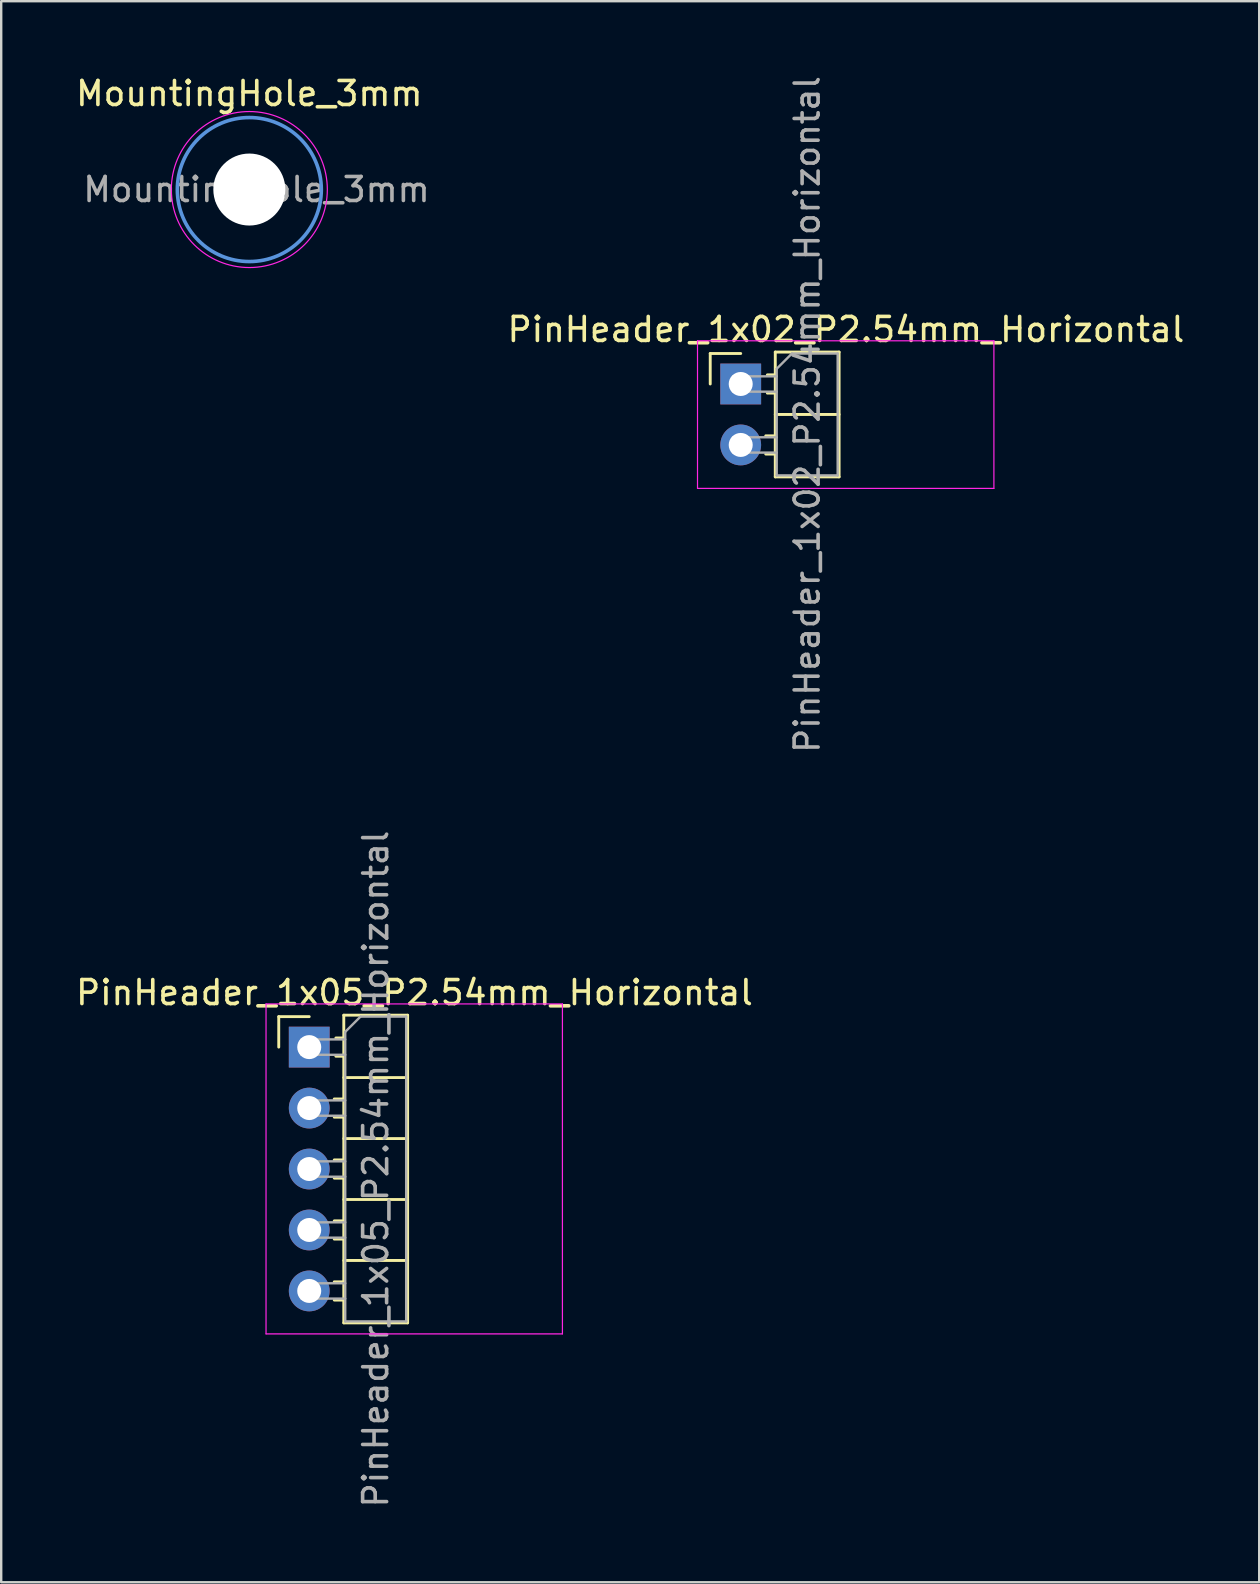
<source format=kicad_pcb>
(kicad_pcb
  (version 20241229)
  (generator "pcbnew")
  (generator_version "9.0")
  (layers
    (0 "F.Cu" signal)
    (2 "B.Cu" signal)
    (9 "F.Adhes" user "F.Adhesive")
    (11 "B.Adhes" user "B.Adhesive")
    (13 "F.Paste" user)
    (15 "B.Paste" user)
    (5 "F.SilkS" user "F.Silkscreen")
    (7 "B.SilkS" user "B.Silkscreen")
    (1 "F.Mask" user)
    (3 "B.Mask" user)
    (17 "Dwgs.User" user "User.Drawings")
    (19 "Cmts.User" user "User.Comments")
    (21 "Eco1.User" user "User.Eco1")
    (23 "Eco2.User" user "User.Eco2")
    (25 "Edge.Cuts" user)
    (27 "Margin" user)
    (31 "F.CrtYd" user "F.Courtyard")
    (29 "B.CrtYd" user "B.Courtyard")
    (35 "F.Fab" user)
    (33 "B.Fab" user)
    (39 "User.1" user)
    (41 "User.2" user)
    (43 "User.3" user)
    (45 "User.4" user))
  (footprint "PinHeader_1x02_P2.54mm_Horizontal"
    (layer "F.Cu")
    (at 27.814 12.95)
    (property "Reference" "PinHeader_1x02_P2.54mm_Horizontal" (at 4.385 -2.27 180) (layer "F.SilkS") (effects (font (size 1 1) (thickness 0.15))))
    (attr through_hole)
    (fp_line (start -1.27 -1.27) (end 0 -1.27) (stroke (width 0.12) (type solid)) (layer "F.SilkS"))
    (fp_line (start -1.27 0) (end -1.27 -1.27) (stroke (width 0.12) (type solid)) (layer "F.SilkS"))
    (fp_line (start 1.043 2.16) (end 1.44 2.16) (stroke (width 0.12) (type solid)) (layer "F.SilkS"))
    (fp_line (start 1.043 2.92) (end 1.44 2.92) (stroke (width 0.12) (type solid)) (layer "F.SilkS"))
    (fp_line (start 1.11 -0.38) (end 1.44 -0.38) (stroke (width 0.12) (type solid)) (layer "F.SilkS"))
    (fp_line (start 1.11 0.38) (end 1.44 0.38) (stroke (width 0.12) (type solid)) (layer "F.SilkS"))
    (fp_line (start 1.44 -1.33) (end 1.44 3.87) (stroke (width 0.12) (type solid)) (layer "F.SilkS"))
    (fp_line (start 1.44 1.27) (end 4.1 1.27) (stroke (width 0.12) (type solid)) (layer "F.SilkS"))
    (fp_line (start 1.44 3.87) (end 4.1 3.87) (stroke (width 0.12) (type solid)) (layer "F.SilkS"))
    (fp_line (start 4.1 -1.33) (end 1.44 -1.33) (stroke (width 0.12) (type solid)) (layer "F.SilkS"))
    (fp_line (start 4.1 3.87) (end 4.1 -1.33) (stroke (width 0.12) (type solid)) (layer "F.SilkS"))
    (fp_line (start -1.8 -1.8) (end -1.8 4.35) (stroke (width 0.05) (type solid)) (layer "F.CrtYd"))
    (fp_line (start -1.8 4.35) (end 10.55 4.35) (stroke (width 0.05) (type solid)) (layer "F.CrtYd"))
    (fp_line (start 10.55 -1.8) (end -1.8 -1.8) (stroke (width 0.05) (type solid)) (layer "F.CrtYd"))
    (fp_line (start 10.55 4.35) (end 10.55 -1.8) (stroke (width 0.05) (type solid)) (layer "F.CrtYd"))
    (fp_line (start -0.32 -0.32) (end -0.32 0.32) (stroke (width 0.1) (type solid)) (layer "F.Fab"))
    (fp_line (start -0.32 -0.32) (end 1.5 -0.32) (stroke (width 0.1) (type solid)) (layer "F.Fab"))
    (fp_line (start -0.32 0.32) (end 1.5 0.32) (stroke (width 0.1) (type solid)) (layer "F.Fab"))
    (fp_line (start -0.32 2.22) (end -0.32 2.86) (stroke (width 0.1) (type solid)) (layer "F.Fab"))
    (fp_line (start -0.32 2.22) (end 1.5 2.22) (stroke (width 0.1) (type solid)) (layer "F.Fab"))
    (fp_line (start -0.32 2.86) (end 1.5 2.86) (stroke (width 0.1) (type solid)) (layer "F.Fab"))
    (fp_line (start 1.5 -0.635) (end 2.135 -1.27) (stroke (width 0.1) (type solid)) (layer "F.Fab"))
    (fp_line (start 1.5 3.81) (end 1.5 -0.635) (stroke (width 0.1) (type solid)) (layer "F.Fab"))
    (fp_line (start 2.135 -1.27) (end 4.04 -1.27) (stroke (width 0.1) (type solid)) (layer "F.Fab"))
    (fp_line (start 4.04 -1.27) (end 4.04 3.81) (stroke (width 0.1) (type solid)) (layer "F.Fab"))
    (fp_line (start 4.04 3.81) (end 1.5 3.81) (stroke (width 0.1) (type solid)) (layer "F.Fab"))
    (fp_text user "${REFERENCE}" (at 2.77 1.27 90) (layer "F.Fab") (effects (font (size 1 1) (thickness 0.15))))
    (pad "1" thru_hole rect (at 0 0) (size 1.7 1.7) (drill 1) (layers "*.Cu" "*.Mask"))
    (pad "2" thru_hole oval (at 0 2.54) (size 1.7 1.7) (drill 1) (layers "*.Cu" "*.Mask")))
  (footprint "PinHeader_1x05_P2.54mm_Horizontal"
    (layer "F.Cu")
    (at 9.835 40.581)
    (property "Reference" "PinHeader_1x05_P2.54mm_Horizontal" (at 4.385 -2.27 0) (layer "F.SilkS") (effects (font (size 1 1) (thickness 0.15))))
    (attr through_hole)
    (fp_line (start -1.27 -1.27) (end 0 -1.27) (stroke (width 0.12) (type solid)) (layer "F.SilkS"))
    (fp_line (start -1.27 0) (end -1.27 -1.27) (stroke (width 0.12) (type solid)) (layer "F.SilkS"))
    (fp_line (start 1.043 2.16) (end 1.44 2.16) (stroke (width 0.12) (type solid)) (layer "F.SilkS"))
    (fp_line (start 1.043 2.92) (end 1.44 2.92) (stroke (width 0.12) (type solid)) (layer "F.SilkS"))
    (fp_line (start 1.043 4.7) (end 1.44 4.7) (stroke (width 0.12) (type solid)) (layer "F.SilkS"))
    (fp_line (start 1.043 5.46) (end 1.44 5.46) (stroke (width 0.12) (type solid)) (layer "F.SilkS"))
    (fp_line (start 1.043 7.24) (end 1.44 7.24) (stroke (width 0.12) (type solid)) (layer "F.SilkS"))
    (fp_line (start 1.043 8) (end 1.44 8) (stroke (width 0.12) (type solid)) (layer "F.SilkS"))
    (fp_line (start 1.043 9.78) (end 1.44 9.78) (stroke (width 0.12) (type solid)) (layer "F.SilkS"))
    (fp_line (start 1.043 10.54) (end 1.44 10.54) (stroke (width 0.12) (type solid)) (layer "F.SilkS"))
    (fp_line (start 1.11 -0.38) (end 1.44 -0.38) (stroke (width 0.12) (type solid)) (layer "F.SilkS"))
    (fp_line (start 1.11 0.38) (end 1.44 0.38) (stroke (width 0.12) (type solid)) (layer "F.SilkS"))
    (fp_line (start 1.44 -1.33) (end 1.44 11.49) (stroke (width 0.12) (type solid)) (layer "F.SilkS"))
    (fp_line (start 1.44 1.27) (end 4.1 1.27) (stroke (width 0.12) (type solid)) (layer "F.SilkS"))
    (fp_line (start 1.44 3.81) (end 4.1 3.81) (stroke (width 0.12) (type solid)) (layer "F.SilkS"))
    (fp_line (start 1.44 6.35) (end 4.1 6.35) (stroke (width 0.12) (type solid)) (layer "F.SilkS"))
    (fp_line (start 1.44 8.89) (end 4.1 8.89) (stroke (width 0.12) (type solid)) (layer "F.SilkS"))
    (fp_line (start 1.44 11.49) (end 4.1 11.49) (stroke (width 0.12) (type solid)) (layer "F.SilkS"))
    (fp_line (start 4.1 -1.33) (end 1.44 -1.33) (stroke (width 0.12) (type solid)) (layer "F.SilkS"))
    (fp_line (start 4.1 11.49) (end 4.1 -1.33) (stroke (width 0.12) (type solid)) (layer "F.SilkS"))
    (fp_line (start -1.8 -1.8) (end -1.8 11.95) (stroke (width 0.05) (type solid)) (layer "F.CrtYd"))
    (fp_line (start -1.8 11.95) (end 10.55 11.95) (stroke (width 0.05) (type solid)) (layer "F.CrtYd"))
    (fp_line (start 10.55 -1.8) (end -1.8 -1.8) (stroke (width 0.05) (type solid)) (layer "F.CrtYd"))
    (fp_line (start 10.55 11.95) (end 10.55 -1.8) (stroke (width 0.05) (type solid)) (layer "F.CrtYd"))
    (fp_line (start -0.32 -0.32) (end -0.32 0.32) (stroke (width 0.1) (type solid)) (layer "F.Fab"))
    (fp_line (start -0.32 -0.32) (end 1.5 -0.32) (stroke (width 0.1) (type solid)) (layer "F.Fab"))
    (fp_line (start -0.32 0.32) (end 1.5 0.32) (stroke (width 0.1) (type solid)) (layer "F.Fab"))
    (fp_line (start -0.32 2.22) (end -0.32 2.86) (stroke (width 0.1) (type solid)) (layer "F.Fab"))
    (fp_line (start -0.32 2.22) (end 1.5 2.22) (stroke (width 0.1) (type solid)) (layer "F.Fab"))
    (fp_line (start -0.32 2.86) (end 1.5 2.86) (stroke (width 0.1) (type solid)) (layer "F.Fab"))
    (fp_line (start -0.32 4.76) (end -0.32 5.4) (stroke (width 0.1) (type solid)) (layer "F.Fab"))
    (fp_line (start -0.32 4.76) (end 1.5 4.76) (stroke (width 0.1) (type solid)) (layer "F.Fab"))
    (fp_line (start -0.32 5.4) (end 1.5 5.4) (stroke (width 0.1) (type solid)) (layer "F.Fab"))
    (fp_line (start -0.32 7.3) (end -0.32 7.94) (stroke (width 0.1) (type solid)) (layer "F.Fab"))
    (fp_line (start -0.32 7.3) (end 1.5 7.3) (stroke (width 0.1) (type solid)) (layer "F.Fab"))
    (fp_line (start -0.32 7.94) (end 1.5 7.94) (stroke (width 0.1) (type solid)) (layer "F.Fab"))
    (fp_line (start -0.32 9.84) (end -0.32 10.48) (stroke (width 0.1) (type solid)) (layer "F.Fab"))
    (fp_line (start -0.32 9.84) (end 1.5 9.84) (stroke (width 0.1) (type solid)) (layer "F.Fab"))
    (fp_line (start -0.32 10.48) (end 1.5 10.48) (stroke (width 0.1) (type solid)) (layer "F.Fab"))
    (fp_line (start 1.5 -0.635) (end 2.135 -1.27) (stroke (width 0.1) (type solid)) (layer "F.Fab"))
    (fp_line (start 1.5 11.43) (end 1.5 -0.635) (stroke (width 0.1) (type solid)) (layer "F.Fab"))
    (fp_line (start 2.135 -1.27) (end 4.04 -1.27) (stroke (width 0.1) (type solid)) (layer "F.Fab"))
    (fp_line (start 4.04 -1.27) (end 4.04 11.43) (stroke (width 0.1) (type solid)) (layer "F.Fab"))
    (fp_line (start 4.04 11.43) (end 1.5 11.43) (stroke (width 0.1) (type solid)) (layer "F.Fab"))
    (fp_text user "${REFERENCE}" (at 2.77 5.08 90) (layer "F.Fab") (effects (font (size 1 1) (thickness 0.15))))
    (pad "1" thru_hole rect (at 0 0) (size 1.7 1.7) (drill 1) (layers "*.Cu" "*.Mask"))
    (pad "2" thru_hole oval (at 0 2.54) (size 1.7 1.7) (drill 1) (layers "*.Cu" "*.Mask"))
    (pad "3" thru_hole oval (at 0 5.08) (size 1.7 1.7) (drill 1) (layers "*.Cu" "*.Mask"))
    (pad "4" thru_hole oval (at 0 7.62) (size 1.7 1.7) (drill 1) (layers "*.Cu" "*.Mask"))
    (pad "5" thru_hole oval (at 0 10.16) (size 1.7 1.7) (drill 1) (layers "*.Cu" "*.Mask")))
  (footprint "MountingHole_3mm"
    (layer "F.Cu")
    (at 7.339 4.848)
    (property "Reference" "MountingHole_3mm" (at 0 -4 0) (layer "F.SilkS") (effects (font (size 1 1) (thickness 0.15))))
    (attr exclude_from_pos_files exclude_from_bom)
    (fp_circle (center 0 0) (end 3 0) (stroke (width 0.15) (type solid)) (fill no) (layer "Cmts.User"))
    (fp_circle (center 0 0) (end 3.25 0) (stroke (width 0.05) (type solid)) (fill no) (layer "F.CrtYd"))
    (fp_text user "${REFERENCE}" (at 0.3 0 0) (layer "F.Fab") (effects (font (size 1 1) (thickness 0.15))))
    (pad "" np_thru_hole circle (at 0 0) (size 3 3) (drill 3) (layers "*.Cu" "*.Mask"))
    (zone (net_name "") (layers "F.Cu" "B.Cu") (hatch edge 0.508) (connect_pads) (min_thickness 0.254) (filled_areas_thickness no) (keepout (tracks not_allowed) (vias not_allowed) (pads allowed) (copperpour not_allowed) (footprints allowed)) (placement (enabled no)) (fill) (polygon (pts (xy 8.863 2.054) (xy 10.133 3.324) (xy 10.387 4.848) (xy 10.133 6.372) (xy 8.863 7.642) (xy 7.339 7.896) (xy 5.815 7.642) (xy 4.545 6.372) (xy 4.291 4.848) (xy 4.545 3.324) (xy 5.815 2.054) (xy 7.339 1.8))))
    (zone (net_name "") (layers "F.Cu" "B.Cu") (hatch edge 0.508) (connect_pads) (min_thickness 0.254) (filled_areas_thickness no) (keepout (tracks not_allowed) (vias not_allowed) (pads allowed) (copperpour not_allowed) (footprints allowed)) (placement (enabled no)) (fill) (polygon (pts (xy 8.863 2.054) (xy 10.133 3.324) (xy 10.387 4.848) (xy 10.133 6.372) (xy 8.863 7.642) (xy 7.339 7.896) (xy 5.815 7.642) (xy 4.545 6.372) (xy 4.291 4.848) (xy 4.545 3.324) (xy 5.815 2.054) (xy 7.339 1.8)))))
  (gr_rect
    (start -3 -3)
    (end 49.419 62.881)
    (stroke (width 0.1) (type default))
    (fill no)
    (layer "Edge.Cuts")))
</source>
